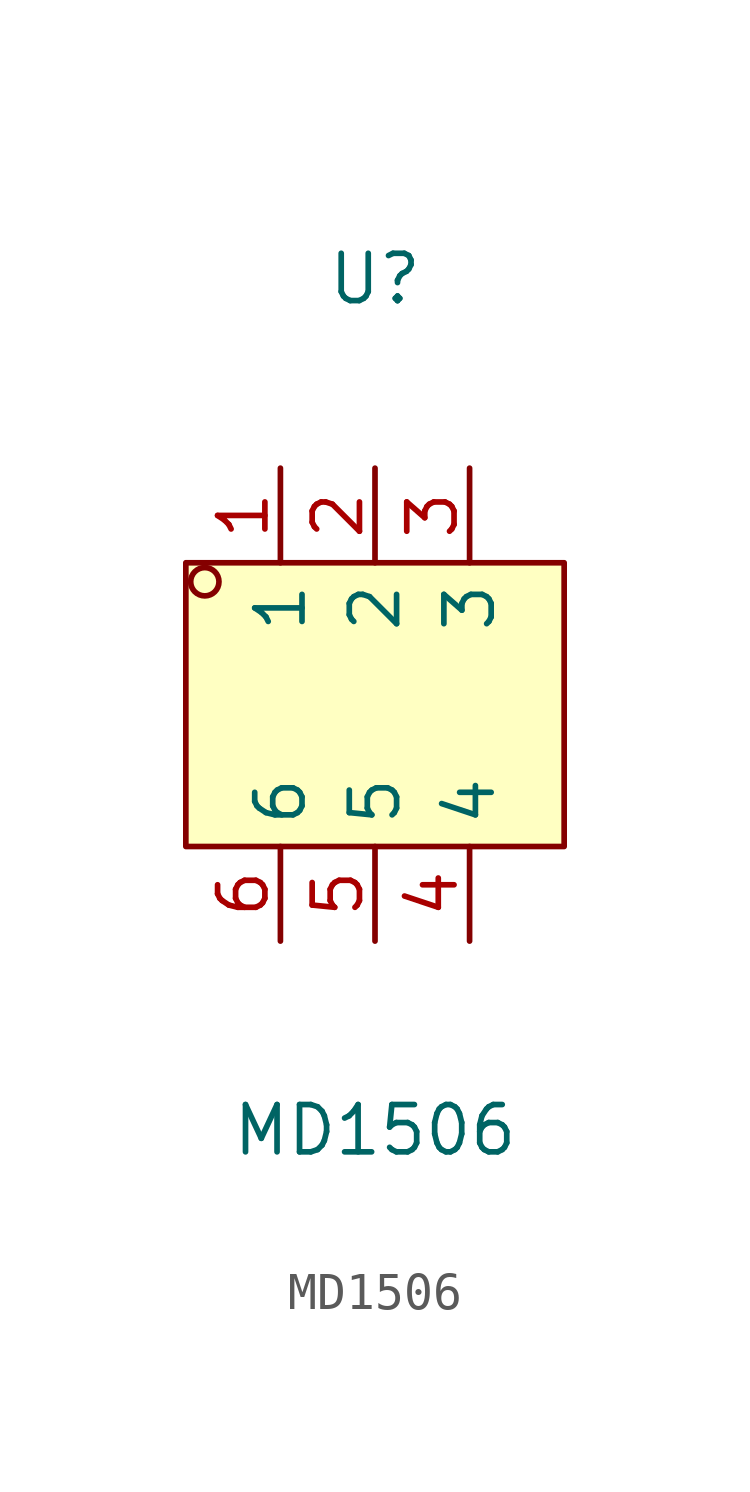
<source format=kicad_sym>
(kicad_symbol_lib
  (version 20231120)
  (generator "kicad_symbol_editor")
  (generator_version "8.0")
  (symbol "MD1506"
    (property "Reference" "U"
      (at 0 11.43 0)
      (effects (font (size 1.27 1.27))))
    (property "Value" "MD1506"
      (at 0 -11.43 0)
      (effects (font (size 1.27 1.27))))
    (symbol "MD1506_0_1"
      (rectangle (start -5.08 3.81) (end 5.08 -3.81) (stroke (width 0) (type default)) (fill (type background)))
      (circle (center -4.57 3.3) (radius 0.38) (stroke (width 0) (type default)) (fill (type none)))
      (pin output line (at -2.54 6.35 270) (length 2.54) (name "1" (effects (font (size 1.27 1.27)))) (number "1" (effects (font (size 1.27 1.27)))))
      (pin unspecified line (at 0 6.35 270) (length 2.54) (name "2" (effects (font (size 1.27 1.27)))) (number "2" (effects (font (size 1.27 1.27)))))
      (pin unspecified line (at 2.54 6.35 270) (length 2.54) (name "3" (effects (font (size 1.27 1.27)))) (number "3" (effects (font (size 1.27 1.27)))))
      (pin unspecified line (at 2.54 -6.35 90) (length 2.54) (name "4" (effects (font (size 1.27 1.27)))) (number "4" (effects (font (size 1.27 1.27)))))
      (pin unspecified line (at 0 -6.35 90) (length 2.54) (name "5" (effects (font (size 1.27 1.27)))) (number "5" (effects (font (size 1.27 1.27)))))
      (pin unspecified line (at -2.54 -6.35 90) (length 2.54) (name "6" (effects (font (size 1.27 1.27)))) (number "6" (effects (font (size 1.27 1.27))))))))
</source>
